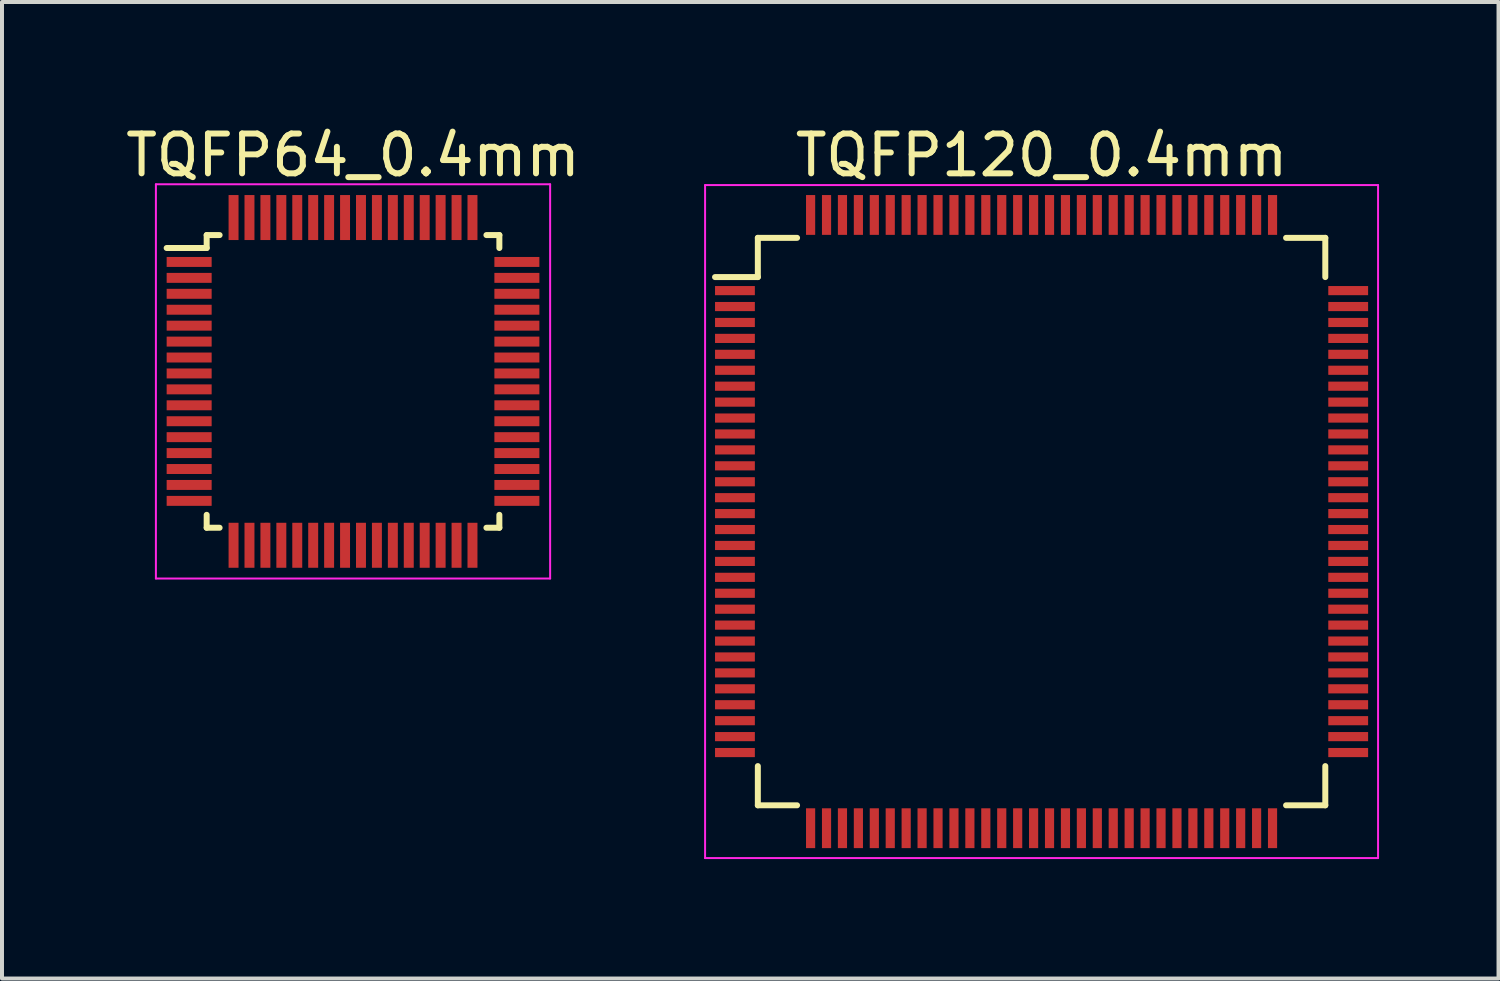
<source format=kicad_pcb>
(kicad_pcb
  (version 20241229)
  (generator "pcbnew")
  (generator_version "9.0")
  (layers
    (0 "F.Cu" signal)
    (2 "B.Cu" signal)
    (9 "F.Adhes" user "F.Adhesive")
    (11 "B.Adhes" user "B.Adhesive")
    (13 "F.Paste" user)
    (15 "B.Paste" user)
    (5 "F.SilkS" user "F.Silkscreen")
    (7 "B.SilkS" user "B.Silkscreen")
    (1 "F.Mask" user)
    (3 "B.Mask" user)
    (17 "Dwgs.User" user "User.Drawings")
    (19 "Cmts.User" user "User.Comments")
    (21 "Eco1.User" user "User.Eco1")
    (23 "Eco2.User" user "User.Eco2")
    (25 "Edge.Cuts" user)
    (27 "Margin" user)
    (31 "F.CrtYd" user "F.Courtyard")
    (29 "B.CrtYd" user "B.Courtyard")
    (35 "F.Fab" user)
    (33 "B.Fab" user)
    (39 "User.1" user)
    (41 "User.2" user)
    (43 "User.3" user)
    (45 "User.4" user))
  (footprint "TQFP120_0.4mm"
    (layer "F.Cu")
    (at 23.106 10.048)
    (property "Reference" "TQFP120_0.4mm" (at 0 -9.2 0) (layer "F.SilkS") (effects (font (size 1 1) (thickness 0.15))))
    (attr smd)
    (fp_line (start -7.125 -7.125) (end -7.125 -6.14) (stroke (width 0.15) (type solid)) (layer "F.SilkS"))
    (fp_line (start -7.125 -7.125) (end -6.14 -7.125) (stroke (width 0.15) (type solid)) (layer "F.SilkS"))
    (fp_line (start -7.125 -6.14) (end -8.2 -6.14) (stroke (width 0.15) (type solid)) (layer "F.SilkS"))
    (fp_line (start -7.125 7.125) (end -7.125 6.14) (stroke (width 0.15) (type solid)) (layer "F.SilkS"))
    (fp_line (start -7.125 7.125) (end -6.14 7.125) (stroke (width 0.15) (type solid)) (layer "F.SilkS"))
    (fp_line (start 7.125 -7.125) (end 6.14 -7.125) (stroke (width 0.15) (type solid)) (layer "F.SilkS"))
    (fp_line (start 7.125 -7.125) (end 7.125 -6.14) (stroke (width 0.15) (type solid)) (layer "F.SilkS"))
    (fp_line (start 7.125 7.125) (end 6.14 7.125) (stroke (width 0.15) (type solid)) (layer "F.SilkS"))
    (fp_line (start 7.125 7.125) (end 7.125 6.14) (stroke (width 0.15) (type solid)) (layer "F.SilkS"))
    (fp_line (start -8.45 -8.45) (end -8.45 8.45) (stroke (width 0.05) (type solid)) (layer "F.CrtYd"))
    (fp_line (start -8.45 -8.45) (end 8.45 -8.45) (stroke (width 0.05) (type solid)) (layer "F.CrtYd"))
    (fp_line (start -8.45 8.45) (end 8.45 8.45) (stroke (width 0.05) (type solid)) (layer "F.CrtYd"))
    (fp_line (start 8.45 -8.45) (end 8.45 8.45) (stroke (width 0.05) (type solid)) (layer "F.CrtYd"))
    (pad "1" smd rect (at -7.7 -5.8) (size 1 0.23) (layers "F.Cu" "F.Mask" "F.Paste"))
    (pad "2" smd rect (at -7.7 -5.4) (size 1 0.23) (layers "F.Cu" "F.Mask" "F.Paste"))
    (pad "3" smd rect (at -7.7 -5) (size 1 0.23) (layers "F.Cu" "F.Mask" "F.Paste"))
    (pad "4" smd rect (at -7.7 -4.6) (size 1 0.23) (layers "F.Cu" "F.Mask" "F.Paste"))
    (pad "5" smd rect (at -7.7 -4.2) (size 1 0.23) (layers "F.Cu" "F.Mask" "F.Paste"))
    (pad "6" smd rect (at -7.7 -3.8) (size 1 0.23) (layers "F.Cu" "F.Mask" "F.Paste"))
    (pad "7" smd rect (at -7.7 -3.4) (size 1 0.23) (layers "F.Cu" "F.Mask" "F.Paste"))
    (pad "8" smd rect (at -7.7 -3) (size 1 0.23) (layers "F.Cu" "F.Mask" "F.Paste"))
    (pad "9" smd rect (at -7.7 -2.6) (size 1 0.23) (layers "F.Cu" "F.Mask" "F.Paste"))
    (pad "10" smd rect (at -7.7 -2.2) (size 1 0.23) (layers "F.Cu" "F.Mask" "F.Paste"))
    (pad "11" smd rect (at -7.7 -1.8) (size 1 0.23) (layers "F.Cu" "F.Mask" "F.Paste"))
    (pad "12" smd rect (at -7.7 -1.4) (size 1 0.23) (layers "F.Cu" "F.Mask" "F.Paste"))
    (pad "13" smd rect (at -7.7 -1) (size 1 0.23) (layers "F.Cu" "F.Mask" "F.Paste"))
    (pad "14" smd rect (at -7.7 -0.6) (size 1 0.23) (layers "F.Cu" "F.Mask" "F.Paste"))
    (pad "15" smd rect (at -7.7 -0.2) (size 1 0.23) (layers "F.Cu" "F.Mask" "F.Paste"))
    (pad "16" smd rect (at -7.7 0.2) (size 1 0.23) (layers "F.Cu" "F.Mask" "F.Paste"))
    (pad "17" smd rect (at -7.7 0.6) (size 1 0.23) (layers "F.Cu" "F.Mask" "F.Paste"))
    (pad "18" smd rect (at -7.7 1) (size 1 0.23) (layers "F.Cu" "F.Mask" "F.Paste"))
    (pad "19" smd rect (at -7.7 1.4) (size 1 0.23) (layers "F.Cu" "F.Mask" "F.Paste"))
    (pad "20" smd rect (at -7.7 1.8) (size 1 0.23) (layers "F.Cu" "F.Mask" "F.Paste"))
    (pad "21" smd rect (at -7.7 2.2) (size 1 0.23) (layers "F.Cu" "F.Mask" "F.Paste"))
    (pad "22" smd rect (at -7.7 2.6) (size 1 0.23) (layers "F.Cu" "F.Mask" "F.Paste"))
    (pad "23" smd rect (at -7.7 3) (size 1 0.23) (layers "F.Cu" "F.Mask" "F.Paste"))
    (pad "24" smd rect (at -7.7 3.4) (size 1 0.23) (layers "F.Cu" "F.Mask" "F.Paste"))
    (pad "25" smd rect (at -7.7 3.8) (size 1 0.23) (layers "F.Cu" "F.Mask" "F.Paste"))
    (pad "26" smd rect (at -7.7 4.2) (size 1 0.23) (layers "F.Cu" "F.Mask" "F.Paste"))
    (pad "27" smd rect (at -7.7 4.6) (size 1 0.23) (layers "F.Cu" "F.Mask" "F.Paste"))
    (pad "28" smd rect (at -7.7 5) (size 1 0.23) (layers "F.Cu" "F.Mask" "F.Paste"))
    (pad "29" smd rect (at -7.7 5.4) (size 1 0.23) (layers "F.Cu" "F.Mask" "F.Paste"))
    (pad "30" smd rect (at -7.7 5.8) (size 1 0.23) (layers "F.Cu" "F.Mask" "F.Paste"))
    (pad "31" smd rect (at -5.8 7.7 90) (size 1 0.23) (layers "F.Cu" "F.Mask" "F.Paste"))
    (pad "32" smd rect (at -5.4 7.7 90) (size 1 0.23) (layers "F.Cu" "F.Mask" "F.Paste"))
    (pad "33" smd rect (at -5 7.7 90) (size 1 0.23) (layers "F.Cu" "F.Mask" "F.Paste"))
    (pad "34" smd rect (at -4.6 7.7 90) (size 1 0.23) (layers "F.Cu" "F.Mask" "F.Paste"))
    (pad "35" smd rect (at -4.2 7.7 90) (size 1 0.23) (layers "F.Cu" "F.Mask" "F.Paste"))
    (pad "36" smd rect (at -3.8 7.7 90) (size 1 0.23) (layers "F.Cu" "F.Mask" "F.Paste"))
    (pad "37" smd rect (at -3.4 7.7 90) (size 1 0.23) (layers "F.Cu" "F.Mask" "F.Paste"))
    (pad "38" smd rect (at -3 7.7 90) (size 1 0.23) (layers "F.Cu" "F.Mask" "F.Paste"))
    (pad "39" smd rect (at -2.6 7.7 90) (size 1 0.23) (layers "F.Cu" "F.Mask" "F.Paste"))
    (pad "40" smd rect (at -2.2 7.7 90) (size 1 0.23) (layers "F.Cu" "F.Mask" "F.Paste"))
    (pad "41" smd rect (at -1.8 7.7 90) (size 1 0.23) (layers "F.Cu" "F.Mask" "F.Paste"))
    (pad "42" smd rect (at -1.4 7.7 90) (size 1 0.23) (layers "F.Cu" "F.Mask" "F.Paste"))
    (pad "43" smd rect (at -1 7.7 90) (size 1 0.23) (layers "F.Cu" "F.Mask" "F.Paste"))
    (pad "44" smd rect (at -0.6 7.7 90) (size 1 0.23) (layers "F.Cu" "F.Mask" "F.Paste"))
    (pad "45" smd rect (at -0.2 7.7 90) (size 1 0.23) (layers "F.Cu" "F.Mask" "F.Paste"))
    (pad "46" smd rect (at 0.2 7.7 90) (size 1 0.23) (layers "F.Cu" "F.Mask" "F.Paste"))
    (pad "47" smd rect (at 0.6 7.7 90) (size 1 0.23) (layers "F.Cu" "F.Mask" "F.Paste"))
    (pad "48" smd rect (at 1 7.7 90) (size 1 0.23) (layers "F.Cu" "F.Mask" "F.Paste"))
    (pad "49" smd rect (at 1.4 7.7 90) (size 1 0.23) (layers "F.Cu" "F.Mask" "F.Paste"))
    (pad "50" smd rect (at 1.8 7.7 90) (size 1 0.23) (layers "F.Cu" "F.Mask" "F.Paste"))
    (pad "51" smd rect (at 2.2 7.7 90) (size 1 0.23) (layers "F.Cu" "F.Mask" "F.Paste"))
    (pad "52" smd rect (at 2.6 7.7 90) (size 1 0.23) (layers "F.Cu" "F.Mask" "F.Paste"))
    (pad "53" smd rect (at 3 7.7 90) (size 1 0.23) (layers "F.Cu" "F.Mask" "F.Paste"))
    (pad "54" smd rect (at 3.4 7.7 90) (size 1 0.23) (layers "F.Cu" "F.Mask" "F.Paste"))
    (pad "55" smd rect (at 3.8 7.7 90) (size 1 0.23) (layers "F.Cu" "F.Mask" "F.Paste"))
    (pad "56" smd rect (at 4.2 7.7 90) (size 1 0.23) (layers "F.Cu" "F.Mask" "F.Paste"))
    (pad "57" smd rect (at 4.6 7.7 90) (size 1 0.23) (layers "F.Cu" "F.Mask" "F.Paste"))
    (pad "58" smd rect (at 5 7.7 90) (size 1 0.23) (layers "F.Cu" "F.Mask" "F.Paste"))
    (pad "59" smd rect (at 5.4 7.7 90) (size 1 0.23) (layers "F.Cu" "F.Mask" "F.Paste"))
    (pad "60" smd rect (at 5.8 7.7 90) (size 1 0.23) (layers "F.Cu" "F.Mask" "F.Paste"))
    (pad "61" smd rect (at 7.7 5.8) (size 1 0.23) (layers "F.Cu" "F.Mask" "F.Paste"))
    (pad "62" smd rect (at 7.7 5.4) (size 1 0.23) (layers "F.Cu" "F.Mask" "F.Paste"))
    (pad "63" smd rect (at 7.7 5) (size 1 0.23) (layers "F.Cu" "F.Mask" "F.Paste"))
    (pad "64" smd rect (at 7.7 4.6) (size 1 0.23) (layers "F.Cu" "F.Mask" "F.Paste"))
    (pad "65" smd rect (at 7.7 4.2) (size 1 0.23) (layers "F.Cu" "F.Mask" "F.Paste"))
    (pad "66" smd rect (at 7.7 3.8) (size 1 0.23) (layers "F.Cu" "F.Mask" "F.Paste"))
    (pad "67" smd rect (at 7.7 3.4) (size 1 0.23) (layers "F.Cu" "F.Mask" "F.Paste"))
    (pad "68" smd rect (at 7.7 3) (size 1 0.23) (layers "F.Cu" "F.Mask" "F.Paste"))
    (pad "69" smd rect (at 7.7 2.6) (size 1 0.23) (layers "F.Cu" "F.Mask" "F.Paste"))
    (pad "70" smd rect (at 7.7 2.2) (size 1 0.23) (layers "F.Cu" "F.Mask" "F.Paste"))
    (pad "71" smd rect (at 7.7 1.8) (size 1 0.23) (layers "F.Cu" "F.Mask" "F.Paste"))
    (pad "72" smd rect (at 7.7 1.4) (size 1 0.23) (layers "F.Cu" "F.Mask" "F.Paste"))
    (pad "73" smd rect (at 7.7 1) (size 1 0.23) (layers "F.Cu" "F.Mask" "F.Paste"))
    (pad "74" smd rect (at 7.7 0.6) (size 1 0.23) (layers "F.Cu" "F.Mask" "F.Paste"))
    (pad "75" smd rect (at 7.7 0.2) (size 1 0.23) (layers "F.Cu" "F.Mask" "F.Paste"))
    (pad "76" smd rect (at 7.7 -0.2) (size 1 0.23) (layers "F.Cu" "F.Mask" "F.Paste"))
    (pad "77" smd rect (at 7.7 -0.6) (size 1 0.23) (layers "F.Cu" "F.Mask" "F.Paste"))
    (pad "78" smd rect (at 7.7 -1) (size 1 0.23) (layers "F.Cu" "F.Mask" "F.Paste"))
    (pad "79" smd rect (at 7.7 -1.4) (size 1 0.23) (layers "F.Cu" "F.Mask" "F.Paste"))
    (pad "80" smd rect (at 7.7 -1.8) (size 1 0.23) (layers "F.Cu" "F.Mask" "F.Paste"))
    (pad "81" smd rect (at 7.7 -2.2) (size 1 0.23) (layers "F.Cu" "F.Mask" "F.Paste"))
    (pad "82" smd rect (at 7.7 -2.6) (size 1 0.23) (layers "F.Cu" "F.Mask" "F.Paste"))
    (pad "83" smd rect (at 7.7 -3) (size 1 0.23) (layers "F.Cu" "F.Mask" "F.Paste"))
    (pad "84" smd rect (at 7.7 -3.4) (size 1 0.23) (layers "F.Cu" "F.Mask" "F.Paste"))
    (pad "85" smd rect (at 7.7 -3.8) (size 1 0.23) (layers "F.Cu" "F.Mask" "F.Paste"))
    (pad "86" smd rect (at 7.7 -4.2) (size 1 0.23) (layers "F.Cu" "F.Mask" "F.Paste"))
    (pad "87" smd rect (at 7.7 -4.6) (size 1 0.23) (layers "F.Cu" "F.Mask" "F.Paste"))
    (pad "88" smd rect (at 7.7 -5) (size 1 0.23) (layers "F.Cu" "F.Mask" "F.Paste"))
    (pad "89" smd rect (at 7.7 -5.4) (size 1 0.23) (layers "F.Cu" "F.Mask" "F.Paste"))
    (pad "90" smd rect (at 7.7 -5.8) (size 1 0.23) (layers "F.Cu" "F.Mask" "F.Paste"))
    (pad "91" smd rect (at 5.8 -7.7 90) (size 1 0.23) (layers "F.Cu" "F.Mask" "F.Paste"))
    (pad "92" smd rect (at 5.4 -7.7 90) (size 1 0.23) (layers "F.Cu" "F.Mask" "F.Paste"))
    (pad "93" smd rect (at 5 -7.7 90) (size 1 0.23) (layers "F.Cu" "F.Mask" "F.Paste"))
    (pad "94" smd rect (at 4.6 -7.7 90) (size 1 0.23) (layers "F.Cu" "F.Mask" "F.Paste"))
    (pad "95" smd rect (at 4.2 -7.7 90) (size 1 0.23) (layers "F.Cu" "F.Mask" "F.Paste"))
    (pad "96" smd rect (at 3.8 -7.7 90) (size 1 0.23) (layers "F.Cu" "F.Mask" "F.Paste"))
    (pad "97" smd rect (at 3.4 -7.7 90) (size 1 0.23) (layers "F.Cu" "F.Mask" "F.Paste"))
    (pad "98" smd rect (at 3 -7.7 90) (size 1 0.23) (layers "F.Cu" "F.Mask" "F.Paste"))
    (pad "99" smd rect (at 2.6 -7.7 90) (size 1 0.23) (layers "F.Cu" "F.Mask" "F.Paste"))
    (pad "100" smd rect (at 2.2 -7.7 90) (size 1 0.23) (layers "F.Cu" "F.Mask" "F.Paste"))
    (pad "101" smd rect (at 1.8 -7.7 90) (size 1 0.23) (layers "F.Cu" "F.Mask" "F.Paste"))
    (pad "102" smd rect (at 1.4 -7.7 90) (size 1 0.23) (layers "F.Cu" "F.Mask" "F.Paste"))
    (pad "103" smd rect (at 1 -7.7 90) (size 1 0.23) (layers "F.Cu" "F.Mask" "F.Paste"))
    (pad "104" smd rect (at 0.6 -7.7 90) (size 1 0.23) (layers "F.Cu" "F.Mask" "F.Paste"))
    (pad "105" smd rect (at 0.2 -7.7 90) (size 1 0.23) (layers "F.Cu" "F.Mask" "F.Paste"))
    (pad "106" smd rect (at -0.2 -7.7 90) (size 1 0.23) (layers "F.Cu" "F.Mask" "F.Paste"))
    (pad "107" smd rect (at -0.6 -7.7 90) (size 1 0.23) (layers "F.Cu" "F.Mask" "F.Paste"))
    (pad "108" smd rect (at -1 -7.7 90) (size 1 0.23) (layers "F.Cu" "F.Mask" "F.Paste"))
    (pad "109" smd rect (at -1.4 -7.7 90) (size 1 0.23) (layers "F.Cu" "F.Mask" "F.Paste"))
    (pad "110" smd rect (at -1.8 -7.7 90) (size 1 0.23) (layers "F.Cu" "F.Mask" "F.Paste"))
    (pad "111" smd rect (at -2.2 -7.7 90) (size 1 0.23) (layers "F.Cu" "F.Mask" "F.Paste"))
    (pad "112" smd rect (at -2.6 -7.7 90) (size 1 0.23) (layers "F.Cu" "F.Mask" "F.Paste"))
    (pad "113" smd rect (at -3 -7.7 90) (size 1 0.23) (layers "F.Cu" "F.Mask" "F.Paste"))
    (pad "114" smd rect (at -3.4 -7.7 90) (size 1 0.23) (layers "F.Cu" "F.Mask" "F.Paste"))
    (pad "115" smd rect (at -3.8 -7.7 90) (size 1 0.23) (layers "F.Cu" "F.Mask" "F.Paste"))
    (pad "116" smd rect (at -4.2 -7.7 90) (size 1 0.23) (layers "F.Cu" "F.Mask" "F.Paste"))
    (pad "117" smd rect (at -4.6 -7.7 90) (size 1 0.23) (layers "F.Cu" "F.Mask" "F.Paste"))
    (pad "118" smd rect (at -5 -7.7 90) (size 1 0.23) (layers "F.Cu" "F.Mask" "F.Paste"))
    (pad "119" smd rect (at -5.4 -7.7 90) (size 1 0.23) (layers "F.Cu" "F.Mask" "F.Paste"))
    (pad "120" smd rect (at -5.8 -7.7 90) (size 1 0.23) (layers "F.Cu" "F.Mask" "F.Paste")))
  (footprint "TQFP64_0.4mm"
    (layer "F.Cu")
    (at 5.815 6.528)
    (property "Reference" "TQFP64_0.4mm" (at 0 -5.68 0) (layer "F.SilkS") (effects (font (size 1 1) (thickness 0.15))))
    (attr smd)
    (fp_line (start -3.675 -3.675) (end -3.675 -3.35) (stroke (width 0.15) (type solid)) (layer "F.SilkS"))
    (fp_line (start -3.675 -3.675) (end -3.35 -3.675) (stroke (width 0.15) (type solid)) (layer "F.SilkS"))
    (fp_line (start -3.675 -3.35) (end -4.68 -3.35) (stroke (width 0.15) (type solid)) (layer "F.SilkS"))
    (fp_line (start -3.675 3.675) (end -3.675 3.35) (stroke (width 0.15) (type solid)) (layer "F.SilkS"))
    (fp_line (start -3.675 3.675) (end -3.35 3.675) (stroke (width 0.15) (type solid)) (layer "F.SilkS"))
    (fp_line (start 3.675 -3.675) (end 3.35 -3.675) (stroke (width 0.15) (type solid)) (layer "F.SilkS"))
    (fp_line (start 3.675 -3.675) (end 3.675 -3.35) (stroke (width 0.15) (type solid)) (layer "F.SilkS"))
    (fp_line (start 3.675 3.675) (end 3.35 3.675) (stroke (width 0.15) (type solid)) (layer "F.SilkS"))
    (fp_line (start 3.675 3.675) (end 3.675 3.35) (stroke (width 0.15) (type solid)) (layer "F.SilkS"))
    (fp_line (start -4.95 -4.95) (end -4.95 4.95) (stroke (width 0.05) (type solid)) (layer "F.CrtYd"))
    (fp_line (start -4.95 -4.95) (end 4.95 -4.95) (stroke (width 0.05) (type solid)) (layer "F.CrtYd"))
    (fp_line (start -4.95 4.95) (end 4.95 4.95) (stroke (width 0.05) (type solid)) (layer "F.CrtYd"))
    (fp_line (start 4.95 -4.95) (end 4.95 4.95) (stroke (width 0.05) (type solid)) (layer "F.CrtYd"))
    (pad "1" smd rect (at -4.115 -3) (size 1.13 0.25) (layers "F.Cu" "F.Mask" "F.Paste"))
    (pad "2" smd rect (at -4.115 -2.6) (size 1.13 0.25) (layers "F.Cu" "F.Mask" "F.Paste"))
    (pad "3" smd rect (at -4.115 -2.2) (size 1.13 0.25) (layers "F.Cu" "F.Mask" "F.Paste"))
    (pad "4" smd rect (at -4.115 -1.8) (size 1.13 0.25) (layers "F.Cu" "F.Mask" "F.Paste"))
    (pad "5" smd rect (at -4.115 -1.4) (size 1.13 0.25) (layers "F.Cu" "F.Mask" "F.Paste"))
    (pad "6" smd rect (at -4.115 -1) (size 1.13 0.25) (layers "F.Cu" "F.Mask" "F.Paste"))
    (pad "7" smd rect (at -4.115 -0.6) (size 1.13 0.25) (layers "F.Cu" "F.Mask" "F.Paste"))
    (pad "8" smd rect (at -4.115 -0.2) (size 1.13 0.25) (layers "F.Cu" "F.Mask" "F.Paste"))
    (pad "9" smd rect (at -4.115 0.2) (size 1.13 0.25) (layers "F.Cu" "F.Mask" "F.Paste"))
    (pad "10" smd rect (at -4.115 0.6) (size 1.13 0.25) (layers "F.Cu" "F.Mask" "F.Paste"))
    (pad "11" smd rect (at -4.115 1) (size 1.13 0.25) (layers "F.Cu" "F.Mask" "F.Paste"))
    (pad "12" smd rect (at -4.115 1.4) (size 1.13 0.25) (layers "F.Cu" "F.Mask" "F.Paste"))
    (pad "13" smd rect (at -4.115 1.8) (size 1.13 0.25) (layers "F.Cu" "F.Mask" "F.Paste"))
    (pad "14" smd rect (at -4.115 2.2) (size 1.13 0.25) (layers "F.Cu" "F.Mask" "F.Paste"))
    (pad "15" smd rect (at -4.115 2.6) (size 1.13 0.25) (layers "F.Cu" "F.Mask" "F.Paste"))
    (pad "16" smd rect (at -4.115 3) (size 1.13 0.25) (layers "F.Cu" "F.Mask" "F.Paste"))
    (pad "17" smd rect (at -3 4.115 90) (size 1.13 0.25) (layers "F.Cu" "F.Mask" "F.Paste"))
    (pad "18" smd rect (at -2.6 4.115 90) (size 1.13 0.25) (layers "F.Cu" "F.Mask" "F.Paste"))
    (pad "19" smd rect (at -2.2 4.115 90) (size 1.13 0.25) (layers "F.Cu" "F.Mask" "F.Paste"))
    (pad "20" smd rect (at -1.8 4.115 90) (size 1.13 0.25) (layers "F.Cu" "F.Mask" "F.Paste"))
    (pad "21" smd rect (at -1.4 4.115 90) (size 1.13 0.25) (layers "F.Cu" "F.Mask" "F.Paste"))
    (pad "22" smd rect (at -1 4.115 90) (size 1.13 0.25) (layers "F.Cu" "F.Mask" "F.Paste"))
    (pad "23" smd rect (at -0.6 4.115 90) (size 1.13 0.25) (layers "F.Cu" "F.Mask" "F.Paste"))
    (pad "24" smd rect (at -0.2 4.115 90) (size 1.13 0.25) (layers "F.Cu" "F.Mask" "F.Paste"))
    (pad "25" smd rect (at 0.2 4.115 90) (size 1.13 0.25) (layers "F.Cu" "F.Mask" "F.Paste"))
    (pad "26" smd rect (at 0.6 4.115 90) (size 1.13 0.25) (layers "F.Cu" "F.Mask" "F.Paste"))
    (pad "27" smd rect (at 1 4.115 90) (size 1.13 0.25) (layers "F.Cu" "F.Mask" "F.Paste"))
    (pad "28" smd rect (at 1.4 4.115 90) (size 1.13 0.25) (layers "F.Cu" "F.Mask" "F.Paste"))
    (pad "29" smd rect (at 1.8 4.115 90) (size 1.13 0.25) (layers "F.Cu" "F.Mask" "F.Paste"))
    (pad "30" smd rect (at 2.2 4.115 90) (size 1.13 0.25) (layers "F.Cu" "F.Mask" "F.Paste"))
    (pad "31" smd rect (at 2.6 4.115 90) (size 1.13 0.25) (layers "F.Cu" "F.Mask" "F.Paste"))
    (pad "32" smd rect (at 3 4.115 90) (size 1.13 0.25) (layers "F.Cu" "F.Mask" "F.Paste"))
    (pad "33" smd rect (at 4.115 3) (size 1.13 0.25) (layers "F.Cu" "F.Mask" "F.Paste"))
    (pad "34" smd rect (at 4.115 2.6) (size 1.13 0.25) (layers "F.Cu" "F.Mask" "F.Paste"))
    (pad "35" smd rect (at 4.115 2.2) (size 1.13 0.25) (layers "F.Cu" "F.Mask" "F.Paste"))
    (pad "36" smd rect (at 4.115 1.8) (size 1.13 0.25) (layers "F.Cu" "F.Mask" "F.Paste"))
    (pad "37" smd rect (at 4.115 1.4) (size 1.13 0.25) (layers "F.Cu" "F.Mask" "F.Paste"))
    (pad "38" smd rect (at 4.115 1) (size 1.13 0.25) (layers "F.Cu" "F.Mask" "F.Paste"))
    (pad "39" smd rect (at 4.115 0.6) (size 1.13 0.25) (layers "F.Cu" "F.Mask" "F.Paste"))
    (pad "40" smd rect (at 4.115 0.2) (size 1.13 0.25) (layers "F.Cu" "F.Mask" "F.Paste"))
    (pad "41" smd rect (at 4.115 -0.2) (size 1.13 0.25) (layers "F.Cu" "F.Mask" "F.Paste"))
    (pad "42" smd rect (at 4.115 -0.6) (size 1.13 0.25) (layers "F.Cu" "F.Mask" "F.Paste"))
    (pad "43" smd rect (at 4.115 -1) (size 1.13 0.25) (layers "F.Cu" "F.Mask" "F.Paste"))
    (pad "44" smd rect (at 4.115 -1.4) (size 1.13 0.25) (layers "F.Cu" "F.Mask" "F.Paste"))
    (pad "45" smd rect (at 4.115 -1.8) (size 1.13 0.25) (layers "F.Cu" "F.Mask" "F.Paste"))
    (pad "46" smd rect (at 4.115 -2.2) (size 1.13 0.25) (layers "F.Cu" "F.Mask" "F.Paste"))
    (pad "47" smd rect (at 4.115 -2.6) (size 1.13 0.25) (layers "F.Cu" "F.Mask" "F.Paste"))
    (pad "48" smd rect (at 4.115 -3) (size 1.13 0.25) (layers "F.Cu" "F.Mask" "F.Paste"))
    (pad "49" smd rect (at 3 -4.115 90) (size 1.13 0.25) (layers "F.Cu" "F.Mask" "F.Paste"))
    (pad "50" smd rect (at 2.6 -4.115 90) (size 1.13 0.25) (layers "F.Cu" "F.Mask" "F.Paste"))
    (pad "51" smd rect (at 2.2 -4.115 90) (size 1.13 0.25) (layers "F.Cu" "F.Mask" "F.Paste"))
    (pad "52" smd rect (at 1.8 -4.115 90) (size 1.13 0.25) (layers "F.Cu" "F.Mask" "F.Paste"))
    (pad "53" smd rect (at 1.4 -4.115 90) (size 1.13 0.25) (layers "F.Cu" "F.Mask" "F.Paste"))
    (pad "54" smd rect (at 1 -4.115 90) (size 1.13 0.25) (layers "F.Cu" "F.Mask" "F.Paste"))
    (pad "55" smd rect (at 0.6 -4.115 90) (size 1.13 0.25) (layers "F.Cu" "F.Mask" "F.Paste"))
    (pad "56" smd rect (at 0.2 -4.115 90) (size 1.13 0.25) (layers "F.Cu" "F.Mask" "F.Paste"))
    (pad "57" smd rect (at -0.2 -4.115 90) (size 1.13 0.25) (layers "F.Cu" "F.Mask" "F.Paste"))
    (pad "58" smd rect (at -0.6 -4.115 90) (size 1.13 0.25) (layers "F.Cu" "F.Mask" "F.Paste"))
    (pad "59" smd rect (at -1 -4.115 90) (size 1.13 0.25) (layers "F.Cu" "F.Mask" "F.Paste"))
    (pad "60" smd rect (at -1.4 -4.115 90) (size 1.13 0.25) (layers "F.Cu" "F.Mask" "F.Paste"))
    (pad "61" smd rect (at -1.8 -4.115 90) (size 1.13 0.25) (layers "F.Cu" "F.Mask" "F.Paste"))
    (pad "62" smd rect (at -2.2 -4.115 90) (size 1.13 0.25) (layers "F.Cu" "F.Mask" "F.Paste"))
    (pad "63" smd rect (at -2.6 -4.115 90) (size 1.13 0.25) (layers "F.Cu" "F.Mask" "F.Paste"))
    (pad "64" smd rect (at -3 -4.115 90) (size 1.13 0.25) (layers "F.Cu" "F.Mask" "F.Paste")))
  (gr_rect
    (start -3 -3)
    (end 34.581 21.523)
    (stroke (width 0.1) (type default))
    (fill no)
    (layer "Edge.Cuts")))
</source>
